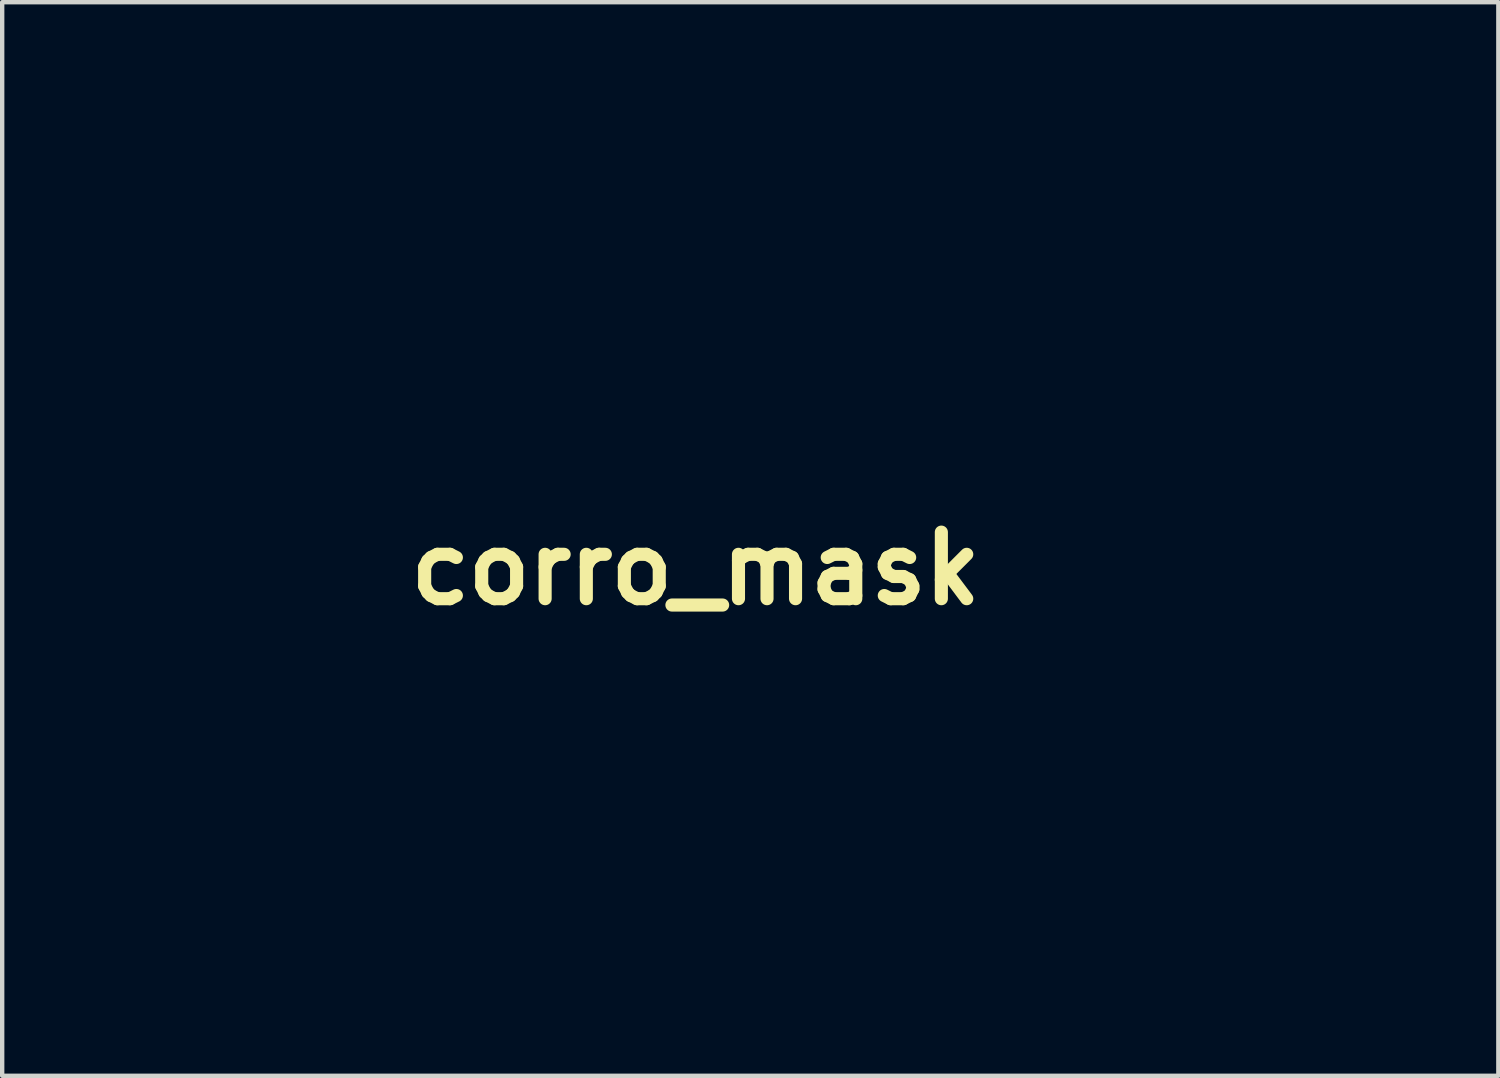
<source format=kicad_pcb>
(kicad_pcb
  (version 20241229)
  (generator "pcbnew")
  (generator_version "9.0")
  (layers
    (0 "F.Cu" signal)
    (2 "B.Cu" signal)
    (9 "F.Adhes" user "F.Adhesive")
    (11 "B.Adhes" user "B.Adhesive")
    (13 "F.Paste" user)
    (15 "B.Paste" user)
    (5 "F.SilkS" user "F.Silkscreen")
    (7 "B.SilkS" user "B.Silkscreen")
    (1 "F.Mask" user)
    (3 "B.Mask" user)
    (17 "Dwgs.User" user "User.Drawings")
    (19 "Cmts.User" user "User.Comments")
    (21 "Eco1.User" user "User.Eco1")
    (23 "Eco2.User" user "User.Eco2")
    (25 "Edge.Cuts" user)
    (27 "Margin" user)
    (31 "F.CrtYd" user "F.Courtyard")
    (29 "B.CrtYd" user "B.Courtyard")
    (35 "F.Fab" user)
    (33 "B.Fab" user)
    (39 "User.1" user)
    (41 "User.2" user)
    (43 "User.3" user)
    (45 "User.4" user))
  (footprint "corro_mask"
    (layer "F.Cu")
    (at 12.877 9.967)
    (property "Reference" "corro_mask" (at 0 0 0) (layer "F.SilkS") (effects (font (size 1.524 1.524) (thickness 0.3))))
    (attr board_only exclude_from_pos_files exclude_from_bom)
    (fp_poly (pts (xy 7.857 -5.465) (xy 7.819 -5.416) (xy 7.72 -5.311) (xy 7.675 -5.311) (xy 7.674 -5.323) (xy 7.721 -5.38) (xy 7.793 -5.442) (xy 7.874 -5.501)) (stroke (width 0) (type solid)) (fill yes) (layer "F.Mask"))
    (fp_poly (pts (xy 11.618 -4.573) (xy 11.641 -4.493) (xy 11.545 -4.395) (xy 11.536 -4.388) (xy 11.368 -4.293) (xy 11.271 -4.278) (xy 11.261 -4.336) (xy 11.356 -4.46) (xy 11.359 -4.463) (xy 11.501 -4.58) (xy 11.595 -4.59)) (stroke (width 0) (type solid)) (fill yes) (layer "F.Mask"))
    (fp_poly (pts (xy 0.994 2.893) (xy 1.243 2.997) (xy 1.446 3.191) (xy 1.58 3.478) (xy 1.601 3.568) (xy 1.61 3.94) (xy 1.518 4.332) (xy 1.343 4.694) (xy 1.141 4.94) (xy 0.936 5.069) (xy 0.697 5.135) (xy 0.486 5.12) (xy 0.475 5.116) (xy 0.228 4.953) (xy 0.029 4.692) (xy -0.109 4.37) (xy -0.169 4.019) (xy -0.138 3.678) (xy -0.097 3.578) (xy 0.696 3.578) (xy 0.721 3.803) (xy 0.739 3.846) (xy 0.813 3.959) (xy 0.929 3.998) (xy 1.07 3.994) (xy 1.241 3.967) (xy 1.319 3.9) (xy 1.347 3.778) (xy 1.345 3.49) (xy 1.267 3.304) (xy 1.118 3.226) (xy 0.918 3.259) (xy 0.766 3.382) (xy 0.696 3.578) (xy -0.097 3.578) (xy -0.004 3.352) (xy 0.2 3.109) (xy 0.449 2.95) (xy 0.721 2.877)) (stroke (width 0) (type solid)) (fill yes) (layer "F.Mask"))
    (fp_poly (pts (xy -2.412 2.778) (xy -2.234 2.871) (xy -2.033 3.077) (xy -1.884 3.371) (xy -1.802 3.708) (xy -1.804 4.044) (xy -1.908 4.406) (xy -2.088 4.693) (xy -2.325 4.892) (xy -2.601 4.989) (xy -2.895 4.972) (xy -3.055 4.909) (xy -3.308 4.708) (xy -3.486 4.418) (xy -3.583 4.068) (xy -3.592 3.688) (xy -3.564 3.567) (xy -3.03 3.567) (xy -3.024 3.595) (xy -2.918 3.753) (xy -2.741 3.866) (xy -2.535 3.923) (xy -2.339 3.916) (xy -2.195 3.835) (xy -2.171 3.799) (xy -2.12 3.591) (xy -2.163 3.386) (xy -2.277 3.215) (xy -2.44 3.11) (xy -2.628 3.105) (xy -2.656 3.114) (xy -2.864 3.236) (xy -2.997 3.398) (xy -3.03 3.567) (xy -3.564 3.567) (xy -3.505 3.307) (xy -3.464 3.206) (xy -3.278 2.942) (xy -3.02 2.777) (xy -2.722 2.72)) (stroke (width 0) (type solid)) (fill yes) (layer "F.Mask"))
    (fp_poly (pts (xy 4.299 -9.966) (xy 4.383 -9.875) (xy 4.405 -9.676) (xy 4.364 -9.366) (xy 4.26 -8.943) (xy 4.091 -8.403) (xy 4.07 -8.34) (xy 3.925 -7.899) (xy 3.823 -7.556) (xy 3.758 -7.281) (xy 3.723 -7.046) (xy 3.71 -6.825) (xy 3.708 -6.577) (xy 3.72 -6.435) (xy 3.755 -6.369) (xy 3.823 -6.351) (xy 3.867 -6.35) (xy 3.999 -6.385) (xy 4.074 -6.515) (xy 4.086 -6.554) (xy 4.148 -6.683) (xy 4.28 -6.888) (xy 4.463 -7.142) (xy 4.677 -7.416) (xy 4.694 -7.437) (xy 4.95 -7.768) (xy 5.187 -8.108) (xy 5.389 -8.431) (xy 5.541 -8.713) (xy 5.628 -8.927) (xy 5.642 -8.999) (xy 5.692 -9.083) (xy 5.808 -9.199) (xy 5.951 -9.313) (xy 6.081 -9.396) (xy 6.159 -9.415) (xy 6.162 -9.413) (xy 6.19 -9.3) (xy 6.163 -9.094) (xy 6.092 -8.824) (xy 5.986 -8.517) (xy 5.854 -8.202) (xy 5.706 -7.904) (xy 5.553 -7.653) (xy 5.551 -7.65) (xy 5.471 -7.501) (xy 5.478 -7.415) (xy 5.481 -7.413) (xy 5.593 -7.293) (xy 5.657 -7.102) (xy 5.677 -6.816) (xy 5.661 -6.489) (xy 5.646 -6.228) (xy 5.642 -6.028) (xy 5.65 -5.919) (xy 5.657 -5.909) (xy 5.737 -5.965) (xy 5.871 -6.119) (xy 6.044 -6.352) (xy 6.244 -6.642) (xy 6.458 -6.969) (xy 6.673 -7.313) (xy 6.877 -7.653) (xy 7.056 -7.969) (xy 7.198 -8.24) (xy 7.289 -8.446) (xy 7.315 -8.537) (xy 7.384 -8.746) (xy 7.502 -8.924) (xy 7.642 -9.039) (xy 7.773 -9.058) (xy 7.777 -9.057) (xy 7.836 -8.965) (xy 7.826 -8.77) (xy 7.748 -8.483) (xy 7.606 -8.116) (xy 7.404 -7.68) (xy 7.392 -7.657) (xy 7.26 -7.379) (xy 7.187 -7.18) (xy 7.161 -7.022) (xy 7.172 -6.866) (xy 7.172 -6.863) (xy 7.194 -6.626) (xy 7.17 -6.403) (xy 7.091 -6.166) (xy 6.947 -5.886) (xy 6.728 -5.533) (xy 6.689 -5.475) (xy 6.517 -5.207) (xy 6.376 -4.98) (xy 6.281 -4.816) (xy 6.248 -4.742) (xy 6.293 -4.721) (xy 6.412 -4.776) (xy 6.577 -4.889) (xy 6.764 -5.043) (xy 6.921 -5.193) (xy 7.073 -5.363) (xy 7.276 -5.606) (xy 7.499 -5.885) (xy 7.656 -6.089) (xy 7.888 -6.379) (xy 8.14 -6.67) (xy 8.394 -6.942) (xy 8.63 -7.176) (xy 8.83 -7.353) (xy 8.975 -7.454) (xy 9.025 -7.471) (xy 9.082 -7.413) (xy 9.101 -7.301) (xy 9.038 -7.121) (xy 8.851 -6.898) (xy 8.812 -6.861) (xy 8.637 -6.696) (xy 8.495 -6.558) (xy 8.363 -6.423) (xy 8.219 -6.265) (xy 8.04 -6.061) (xy 7.803 -5.786) (xy 7.705 -5.671) (xy 7.459 -5.378) (xy 7.301 -5.172) (xy 7.222 -5.043) (xy 7.216 -4.979) (xy 7.235 -4.969) (xy 7.358 -4.995) (xy 7.509 -5.09) (xy 7.526 -5.104) (xy 7.561 -5.128) (xy 7.515 -5.065) (xy 7.396 -4.929) (xy 7.28 -4.8) (xy 7.014 -4.498) (xy 6.795 -4.226) (xy 6.636 -4.001) (xy 6.547 -3.84) (xy 6.541 -3.76) (xy 6.622 -3.768) (xy 6.769 -3.865) (xy 6.963 -4.034) (xy 7.188 -4.256) (xy 7.424 -4.513) (xy 7.654 -4.788) (xy 7.86 -5.063) (xy 7.863 -5.068) (xy 7.994 -5.214) (xy 8.125 -5.254) (xy 8.168 -5.249) (xy 8.31 -5.277) (xy 8.516 -5.385) (xy 8.759 -5.552) (xy 9.012 -5.758) (xy 9.248 -5.981) (xy 9.439 -6.202) (xy 9.486 -6.267) (xy 9.607 -6.496) (xy 9.703 -6.766) (xy 9.764 -7.035) (xy 9.781 -7.262) (xy 9.749 -7.398) (xy 9.735 -7.464) (xy 9.825 -7.447) (xy 9.914 -7.403) (xy 10.019 -7.291) (xy 10.085 -7.132) (xy 10.135 -6.989) (xy 10.216 -6.94) (xy 10.35 -6.983) (xy 10.558 -7.12) (xy 10.584 -7.139) (xy 10.751 -7.252) (xy 10.87 -7.315) (xy 10.905 -7.319) (xy 10.914 -7.222) (xy 10.814 -7.075) (xy 10.614 -6.892) (xy 10.519 -6.82) (xy 10.235 -6.589) (xy 10.057 -6.396) (xy 9.99 -6.248) (xy 10.035 -6.151) (xy 10.196 -6.113) (xy 10.221 -6.112) (xy 10.399 -6.086) (xy 10.456 -6.015) (xy 10.393 -5.912) (xy 10.213 -5.788) (xy 10.17 -5.766) (xy 9.863 -5.589) (xy 9.689 -5.434) (xy 9.644 -5.321) (xy 9.693 -5.236) (xy 9.829 -5.233) (xy 10.034 -5.305) (xy 10.29 -5.448) (xy 10.451 -5.558) (xy 10.725 -5.754) (xy 10.917 -5.874) (xy 11.052 -5.928) (xy 11.152 -5.925) (xy 11.242 -5.874) (xy 11.25 -5.868) (xy 11.305 -5.823) (xy 11.331 -5.785) (xy 11.312 -5.74) (xy 11.235 -5.678) (xy 11.083 -5.585) (xy 10.843 -5.451) (xy 10.499 -5.263) (xy 10.493 -5.259) (xy 9.965 -4.949) (xy 9.552 -4.653) (xy 9.237 -4.358) (xy 9.003 -4.05) (xy 8.962 -3.982) (xy 8.855 -3.787) (xy 8.782 -3.64) (xy 8.762 -3.582) (xy 8.812 -3.528) (xy 8.95 -3.541) (xy 9.149 -3.614) (xy 9.383 -3.739) (xy 9.482 -3.803) (xy 9.685 -3.937) (xy 9.843 -4.034) (xy 9.924 -4.074) (xy 9.926 -4.075) (xy 9.929 -4.019) (xy 9.89 -3.88) (xy 9.825 -3.695) (xy 9.748 -3.504) (xy 9.673 -3.347) (xy 9.628 -3.275) (xy 9.585 -3.181) (xy 9.595 -3.151) (xy 9.657 -3.178) (xy 9.795 -3.282) (xy 9.986 -3.444) (xy 10.152 -3.594) (xy 10.372 -3.793) (xy 10.558 -3.952) (xy 10.686 -4.051) (xy 10.729 -4.075) (xy 10.838 -4.094) (xy 10.912 -4.116) (xy 10.921 -4.103) (xy 10.833 -4.031) (xy 10.666 -3.916) (xy 10.615 -3.882) (xy 10.392 -3.715) (xy 10.184 -3.522) (xy 10.013 -3.329) (xy 9.899 -3.159) (xy 9.862 -3.037) (xy 9.877 -3.004) (xy 9.967 -3.003) (xy 10.173 -3.057) (xy 10.489 -3.163) (xy 10.908 -3.32) (xy 11.325 -3.486) (xy 11.749 -3.657) (xy 11.749 -3.43) (xy 11.693 -3.185) (xy 11.519 -2.94) (xy 11.222 -2.687) (xy 10.997 -2.538) (xy 10.797 -2.407) (xy 10.653 -2.297) (xy 10.595 -2.231) (xy 10.595 -2.23) (xy 10.651 -2.165) (xy 10.781 -2.098) (xy 11.036 -2.067) (xy 11.311 -2.137) (xy 11.557 -2.293) (xy 11.629 -2.367) (xy 11.762 -2.491) (xy 11.932 -2.561) (xy 12.16 -2.597) (xy 12.415 -2.641) (xy 12.729 -2.718) (xy 13.033 -2.811) (xy 13.034 -2.812) (xy 13.334 -2.914) (xy 13.522 -2.968) (xy 13.612 -2.977) (xy 13.618 -2.94) (xy 13.557 -2.861) (xy 13.445 -2.78) (xy 13.242 -2.669) (xy 12.98 -2.545) (xy 12.825 -2.478) (xy 12.359 -2.259) (xy 12.012 -2.039) (xy 11.79 -1.823) (xy 11.707 -1.656) (xy 11.649 -1.532) (xy 11.589 -1.493) (xy 11.495 -1.457) (xy 11.327 -1.366) (xy 11.138 -1.25) (xy 10.95 -1.125) (xy 10.87 -1.058) (xy 10.888 -1.039) (xy 10.968 -1.051) (xy 11.128 -1.096) (xy 11.367 -1.175) (xy 11.642 -1.274) (xy 11.706 -1.298) (xy 11.953 -1.387) (xy 12.148 -1.447) (xy 12.26 -1.47) (xy 12.274 -1.467) (xy 12.23 -1.427) (xy 12.083 -1.343) (xy 11.857 -1.225) (xy 11.573 -1.086) (xy 11.519 -1.061) (xy 11.136 -0.871) (xy 10.879 -0.723) (xy 10.748 -0.618) (xy 10.73 -0.58) (xy 10.78 -0.463) (xy 10.915 -0.434) (xy 10.928 -0.438) (xy 12.464 -0.438) (xy 12.534 -0.401) (xy 12.734 -0.359) (xy 13.002 -0.346) (xy 13.272 -0.363) (xy 13.48 -0.407) (xy 13.481 -0.407) (xy 13.595 -0.476) (xy 13.617 -0.543) (xy 13.524 -0.586) (xy 13.338 -0.607) (xy 13.104 -0.606) (xy 12.862 -0.584) (xy 12.656 -0.541) (xy 12.629 -0.532) (xy 12.488 -0.476) (xy 12.464 -0.438) (xy 10.928 -0.438) (xy 11.114 -0.497) (xy 11.128 -0.504) (xy 11.347 -0.58) (xy 11.578 -0.611) (xy 11.808 -0.64) (xy 12.049 -0.711) (xy 12.074 -0.722) (xy 12.305 -0.793) (xy 12.538 -0.821) (xy 12.564 -0.821) (xy 12.789 -0.836) (xy 13.035 -0.891) (xy 13.072 -0.903) (xy 13.368 -0.963) (xy 13.615 -0.935) (xy 13.843 -0.906) (xy 14.124 -0.904) (xy 14.279 -0.915) (xy 14.488 -0.932) (xy 14.63 -0.933) (xy 14.67 -0.921) (xy 14.613 -0.877) (xy 14.461 -0.793) (xy 14.244 -0.683) (xy 14.166 -0.646) (xy 13.879 -0.497) (xy 13.696 -0.369) (xy 13.591 -0.242) (xy 13.572 -0.203) (xy 13.471 -0.056) (xy 13.359 0) (xy 13.214 0.03) (xy 13.038 0.103) (xy 12.828 0.169) (xy 12.551 0.17) (xy 12.478 0.163) (xy 12.217 0.153) (xy 11.929 0.175) (xy 11.64 0.221) (xy 11.375 0.286) (xy 11.158 0.363) (xy 11.015 0.445) (xy 10.972 0.525) (xy 10.991 0.559) (xy 11.079 0.586) (xy 11.265 0.576) (xy 11.562 0.528) (xy 11.752 0.491) (xy 12.115 0.424) (xy 12.372 0.394) (xy 12.551 0.398) (xy 12.633 0.418) (xy 12.808 0.514) (xy 12.858 0.626) (xy 12.792 0.741) (xy 12.618 0.843) (xy 12.344 0.919) (xy 12.343 0.919) (xy 12.175 0.968) (xy 12.094 1.025) (xy 12.114 1.071) (xy 12.225 1.087) (xy 12.335 1.112) (xy 12.36 1.147) (xy 12.301 1.172) (xy 12.147 1.158) (xy 12.072 1.143) (xy 11.85 1.111) (xy 11.583 1.112) (xy 11.25 1.145) (xy 10.829 1.215) (xy 10.326 1.317) (xy 9.999 1.392) (xy 9.801 1.45) (xy 9.725 1.494) (xy 9.747 1.519) (xy 9.842 1.539) (xy 9.997 1.544) (xy 10.224 1.532) (xy 10.538 1.503) (xy 10.952 1.455) (xy 11.48 1.387) (xy 11.761 1.35) (xy 12.137 1.305) (xy 12.498 1.271) (xy 12.826 1.25) (xy 13.104 1.241) (xy 13.314 1.244) (xy 13.437 1.261) (xy 13.456 1.291) (xy 13.396 1.32) (xy 13.267 1.397) (xy 13.26 1.481) (xy 13.345 1.537) (xy 13.436 1.628) (xy 13.447 1.68) (xy 13.467 1.735) (xy 13.545 1.756) (xy 13.71 1.748) (xy 13.872 1.728) (xy 14.229 1.689) (xy 14.479 1.68) (xy 14.648 1.702) (xy 14.761 1.757) (xy 14.77 1.765) (xy 14.832 1.87) (xy 14.774 1.964) (xy 14.612 2.03) (xy 14.478 2.051) (xy 14.301 2.084) (xy 14.222 2.16) (xy 14.207 2.217) (xy 14.193 2.273) (xy 14.155 2.314) (xy 14.072 2.342) (xy 13.923 2.361) (xy 13.688 2.374) (xy 13.346 2.385) (xy 13.189 2.39) (xy 12.761 2.405) (xy 12.445 2.426) (xy 12.219 2.455) (xy 12.06 2.495) (xy 11.97 2.534) (xy 11.802 2.642) (xy 11.764 2.727) (xy 11.854 2.806) (xy 11.953 2.852) (xy 12.094 2.89) (xy 12.3 2.906) (xy 12.595 2.9) (xy 12.954 2.878) (xy 13.447 2.848) (xy 13.818 2.839) (xy 14.076 2.852) (xy 14.235 2.887) (xy 14.286 2.919) (xy 14.291 2.989) (xy 14.179 3.059) (xy 13.967 3.123) (xy 13.675 3.174) (xy 13.496 3.194) (xy 13.197 3.228) (xy 12.997 3.277) (xy 12.857 3.35) (xy 12.8 3.398) (xy 12.682 3.484) (xy 12.528 3.541) (xy 12.301 3.577) (xy 12.093 3.595) (xy 11.836 3.619) (xy 11.633 3.646) (xy 11.522 3.672) (xy 11.513 3.677) (xy 11.52 3.748) (xy 11.626 3.842) (xy 11.799 3.941) (xy 12.009 4.027) (xy 12.163 4.07) (xy 12.394 4.104) (xy 12.703 4.13) (xy 13.031 4.142) (xy 13.109 4.143) (xy 13.715 4.143) (xy 13.772 4.364) (xy 13.83 4.584) (xy 13.081 4.636) (xy 12.773 4.662) (xy 12.516 4.692) (xy 12.339 4.722) (xy 12.276 4.744) (xy 12.293 4.799) (xy 12.435 4.866) (xy 12.691 4.943) (xy 13.048 5.026) (xy 13.498 5.113) (xy 14.024 5.2) (xy 14.4 5.259) (xy 14.734 5.313) (xy 15 5.359) (xy 15.173 5.391) (xy 15.222 5.403) (xy 15.327 5.486) (xy 15.375 5.617) (xy 15.35 5.733) (xy 15.325 5.756) (xy 15.231 5.773) (xy 15.029 5.785) (xy 14.748 5.789) (xy 14.416 5.786) (xy 14.364 5.785) (xy 13.908 5.781) (xy 13.569 5.794) (xy 13.327 5.827) (xy 13.218 5.857) (xy 12.977 5.913) (xy 12.711 5.904) (xy 12.599 5.886) (xy 12.299 5.852) (xy 12.068 5.868) (xy 11.928 5.93) (xy 11.897 6.023) (xy 11.979 6.169) (xy 12.169 6.295) (xy 12.474 6.405) (xy 12.905 6.503) (xy 12.974 6.516) (xy 13.36 6.588) (xy 13.629 6.646) (xy 13.801 6.695) (xy 13.893 6.741) (xy 13.922 6.789) (xy 13.922 6.795) (xy 13.894 6.861) (xy 13.799 6.91) (xy 13.619 6.944) (xy 13.337 6.966) (xy 12.938 6.98) (xy 12.423 6.99) (xy 12.012 6.994) (xy 11.672 6.987) (xy 11.372 6.968) (xy 11.078 6.935) (xy 10.759 6.884) (xy 10.383 6.814) (xy 10.109 6.759) (xy 9.554 6.653) (xy 9.105 6.578) (xy 8.768 6.533) (xy 8.546 6.52) (xy 8.447 6.54) (xy 8.459 6.579) (xy 8.602 6.657) (xy 8.873 6.747) (xy 9.261 6.845) (xy 9.76 6.951) (xy 10.181 7.03) (xy 10.659 7.123) (xy 11.091 7.22) (xy 11.456 7.316) (xy 11.735 7.406) (xy 11.908 7.483) (xy 11.945 7.512) (xy 11.915 7.537) (xy 11.773 7.542) (xy 11.541 7.528) (xy 11.241 7.499) (xy 10.896 7.456) (xy 10.526 7.402) (xy 10.154 7.339) (xy 9.916 7.294) (xy 9.456 7.213) (xy 8.993 7.152) (xy 8.551 7.113) (xy 8.152 7.097) (xy 7.82 7.104) (xy 7.577 7.135) (xy 7.455 7.184) (xy 7.361 7.232) (xy 7.234 7.218) (xy 7.077 7.163) (xy 6.845 7.097) (xy 6.618 7.073) (xy 6.577 7.075) (xy 6.435 7.097) (xy 6.373 7.152) (xy 6.365 7.282) (xy 6.371 7.383) (xy 6.392 7.669) (xy 6.1 7.654) (xy 5.917 7.639) (xy 5.831 7.595) (xy 5.804 7.493) (xy 5.802 7.42) (xy 5.787 7.231) (xy 5.748 7.144) (xy 5.672 7.164) (xy 5.549 7.294) (xy 5.368 7.537) (xy 5.361 7.547) (xy 5.254 7.697) (xy 4.764 7.38) (xy 4.535 7.236) (xy 4.347 7.126) (xy 4.23 7.068) (xy 4.211 7.063) (xy 4.157 7.122) (xy 4.095 7.272) (xy 4.071 7.352) (xy 4.008 7.549) (xy 3.944 7.696) (xy 3.925 7.724) (xy 3.817 7.77) (xy 3.684 7.706) (xy 3.55 7.546) (xy 3.48 7.416) (xy 3.405 7.253) (xy 3.358 7.153) (xy 3.352 7.142) (xy 3.302 7.168) (xy 3.198 7.261) (xy 3.198 7.261) (xy 3.009 7.383) (xy 2.825 7.383) (xy 2.723 7.318) (xy 2.668 7.283) (xy 2.661 7.346) (xy 2.681 7.454) (xy 2.702 7.605) (xy 2.665 7.665) (xy 2.587 7.674) (xy 2.437 7.657) (xy 2.225 7.614) (xy 2.14 7.592) (xy 1.946 7.527) (xy 1.854 7.453) (xy 1.834 7.359) (xy 1.802 7.235) (xy 1.729 7.107) (xy 1.645 7.021) (xy 1.588 7.015) (xy 1.59 7.09) (xy 1.63 7.238) (xy 1.638 7.26) (xy 1.681 7.49) (xy 1.677 7.71) (xy 1.667 7.878) (xy 1.717 7.958) (xy 1.754 7.973) (xy 1.868 7.99) (xy 2.106 8.012) (xy 2.454 8.039) (xy 2.9 8.069) (xy 3.431 8.101) (xy 4.034 8.136) (xy 4.698 8.171) (xy 5.408 8.207) (xy 5.671 8.22) (xy 6.38 8.261) (xy 6.961 8.311) (xy 7.421 8.371) (xy 7.769 8.442) (xy 8.012 8.525) (xy 8.071 8.555) (xy 8.037 8.573) (xy 7.873 8.587) (xy 7.589 8.598) (xy 7.19 8.605) (xy 6.683 8.61) (xy 6.077 8.612) (xy 5.377 8.61) (xy 4.592 8.605) (xy 3.728 8.597) (xy 2.793 8.587) (xy 1.793 8.573) (xy 0.736 8.555) (xy 0.543 8.552) (xy -0.144 8.539) (xy -0.852 8.523) (xy -1.555 8.505) (xy -2.228 8.486) (xy -2.844 8.467) (xy -3.379 8.448) (xy -3.806 8.429) (xy -3.85 8.427) (xy -4.299 8.406) (xy -4.711 8.387) (xy -5.064 8.371) (xy -5.335 8.36) (xy -5.502 8.354) (xy -5.535 8.353) (xy -5.657 8.331) (xy -5.659 8.32) (xy 3.192 8.32) (xy 3.226 8.353) (xy 3.26 8.32) (xy 3.226 8.286) (xy 3.192 8.32) (xy -5.659 8.32) (xy -5.668 8.28) (xy -5.565 8.24) (xy -5.344 8.248) (xy -5.273 8.257) (xy -5.145 8.267) (xy -4.905 8.275) (xy -4.569 8.283) (xy -4.149 8.29) (xy -3.658 8.296) (xy -3.112 8.302) (xy -2.522 8.306) (xy -1.903 8.309) (xy -1.269 8.312) (xy -0.632 8.313) (xy -0.008 8.313) (xy 0.592 8.313) (xy 1.153 8.311) (xy 1.661 8.308) (xy 2.104 8.304) (xy 2.467 8.298) (xy 2.736 8.292) (xy 2.899 8.284) (xy 2.941 8.275) (xy 2.937 8.274) (xy 2.707 8.234) (xy 2.36 8.196) (xy 1.916 8.162) (xy 1.392 8.131) (xy 0.809 8.106) (xy 0.185 8.087) (xy -0.461 8.075) (xy -0.93 8.071) (xy -1.487 8.068) (xy -1.923 8.064) (xy -2.251 8.055) (xy -2.486 8.037) (xy -2.641 8.009) (xy -2.731 7.967) (xy -2.77 7.909) (xy -2.771 7.861) (xy -1.885 7.861) (xy -1.857 7.915) (xy -1.72 7.941) (xy -1.562 7.946) (xy -1.344 7.935) (xy -1.246 7.9) (xy -1.242 7.878) (xy -1.084 7.878) (xy 0 7.878) (xy 0 7.844) (xy 0.679 7.844) (xy 0.71 7.903) (xy 0.821 7.935) (xy 1.038 7.946) (xy 1.087 7.946) (xy 1.302 7.942) (xy 1.449 7.931) (xy 1.494 7.919) (xy 1.454 7.856) (xy 1.352 7.731) (xy 1.309 7.681) (xy 1.13 7.523) (xy 0.98 7.478) (xy 0.874 7.549) (xy 0.849 7.606) (xy 0.788 7.716) (xy 0.742 7.742) (xy 0.686 7.797) (xy 0.679 7.844) (xy 0 7.844) (xy 0 7.688) (xy -0.036 7.505) (xy -0.124 7.372) (xy -0.21 7.335) (xy -0.259 7.392) (xy -0.3 7.505) (xy -0.375 7.637) (xy -0.48 7.668) (xy -0.572 7.59) (xy -0.592 7.535) (xy -0.662 7.428) (xy -0.77 7.437) (xy -0.895 7.556) (xy -0.961 7.657) (xy -1.084 7.878) (xy -1.242 7.878) (xy -1.239 7.861) (xy -1.323 7.805) (xy -1.505 7.777) (xy -1.562 7.776) (xy -1.763 7.795) (xy -1.875 7.845) (xy -1.885 7.861) (xy -2.771 7.861) (xy -2.771 7.832) (xy -2.75 7.732) (xy -2.743 7.703) (xy -2.723 7.59) (xy -2.755 7.548) (xy -2.864 7.573) (xy -3.032 7.64) (xy -3.246 7.704) (xy -3.362 7.675) (xy -3.38 7.555) (xy -3.374 7.531) (xy -3.378 7.434) (xy -3.481 7.403) (xy -3.508 7.403) (xy -3.677 7.386) (xy -3.902 7.344) (xy -3.986 7.324) (xy -4.222 7.282) (xy -4.376 7.3) (xy -4.417 7.321) (xy -4.561 7.361) (xy -4.746 7.317) (xy -4.891 7.278) (xy -5.029 7.292) (xy -5.216 7.367) (xy -5.279 7.397) (xy -5.601 7.553) (xy -5.818 7.65) (xy -5.947 7.694) (xy -6.004 7.691) (xy -6.003 7.645) (xy -6.002 7.643) (xy -5.91 7.54) (xy -5.834 7.503) (xy -5.74 7.434) (xy -5.704 7.34) (xy -5.738 7.274) (xy -5.773 7.267) (xy -5.832 7.211) (xy -5.841 7.158) (xy -5.897 7.085) (xy -6.062 7.081) (xy -6.327 7.145) (xy -6.642 7.26) (xy -7.002 7.405) (xy -6.957 7.166) (xy -6.937 7.006) (xy -6.969 6.939) (xy -7.045 6.927) (xy -7.191 6.975) (xy -7.297 7.059) (xy -7.458 7.185) (xy -7.649 7.267) (xy -7.818 7.287) (xy -7.876 7.268) (xy -7.886 7.214) (xy -7.76 7.149) (xy -7.713 7.133) (xy -7.54 7.051) (xy -7.499 6.973) (xy -7.587 6.91) (xy -7.798 6.872) (xy -7.798 6.872) (xy -7.973 6.847) (xy -8.073 6.809) (xy -8.082 6.794) (xy -8.029 6.728) (xy -7.894 6.621) (xy -7.776 6.543) (xy -7.605 6.426) (xy -7.494 6.334) (xy -7.471 6.3) (xy -7.533 6.236) (xy -7.708 6.203) (xy -7.973 6.202) (xy -8.307 6.235) (xy -8.379 6.245) (xy -8.686 6.283) (xy -8.984 6.305) (xy -9.215 6.307) (xy -9.236 6.306) (xy -9.424 6.285) (xy -9.509 6.244) (xy -9.527 6.158) (xy -9.522 6.095) (xy -9.503 5.909) (xy -10.236 5.893) (xy -10.578 5.888) (xy -10.906 5.886) (xy -11.174 5.888) (xy -11.291 5.891) (xy -11.486 5.893) (xy -11.581 5.867) (xy -11.611 5.797) (xy -11.613 5.739) (xy -11.608 5.662) (xy -11.573 5.612) (xy -11.484 5.583) (xy -11.314 5.567) (xy -11.039 5.556) (xy -10.985 5.555) (xy -10.686 5.542) (xy -10.495 5.524) (xy -10.383 5.492) (xy -10.321 5.441) (xy -10.293 5.39) (xy -10.248 5.306) (xy -10.183 5.277) (xy -10.058 5.297) (xy -9.898 5.343) (xy -9.625 5.402) (xy -9.382 5.418) (xy -9.202 5.39) (xy -9.12 5.323) (xy -9.174 5.277) (xy -9.344 5.197) (xy -9.616 5.088) (xy -9.977 4.957) (xy -10.371 4.822) (xy -10.781 4.683) (xy -11.162 4.55) (xy -11.488 4.432) (xy -11.736 4.337) (xy -11.88 4.275) (xy -11.885 4.273) (xy -12.123 4.149) (xy -10.798 4.145) (xy -10.383 4.141) (xy -10.012 4.131) (xy -9.707 4.118) (xy -9.49 4.102) (xy -9.384 4.083) (xy -9.381 4.082) (xy -9.384 4.031) (xy -9.486 3.961) (xy -9.658 3.883) (xy -9.691 3.872) (xy -5.551 3.872) (xy -5.509 3.945) (xy -5.337 4.035) (xy -5.258 4.064) (xy -4.985 4.159) (xy -4.819 4.225) (xy -4.739 4.279) (xy -4.723 4.337) (xy -4.751 4.414) (xy -4.764 4.443) (xy -4.877 4.587) (xy -5.05 4.711) (xy -5.069 4.72) (xy -5.218 4.803) (xy -5.294 4.871) (xy -5.297 4.88) (xy -5.244 4.969) (xy -5.116 5.071) (xy -4.962 5.157) (xy -4.832 5.197) (xy -4.787 5.188) (xy -4.541 5.012) (xy -4.388 4.921) (xy -4.314 4.915) (xy -4.306 4.992) (xy -4.353 5.152) (xy -4.395 5.336) (xy -4.357 5.454) (xy -4.352 5.461) (xy -4.326 5.542) (xy -4.371 5.662) (xy -4.5 5.849) (xy -4.514 5.867) (xy -4.753 6.18) (xy -4.53 6.18) (xy -4.268 6.113) (xy -4.072 5.979) (xy -3.869 5.835) (xy -3.705 5.775) (xy -3.602 5.802) (xy -3.578 5.916) (xy -3.581 5.931) (xy -3.574 6.094) (xy -3.519 6.301) (xy -3.498 6.355) (xy -3.385 6.622) (xy -3.247 6.35) (xy -3.126 6.142) (xy -2.999 5.961) (xy -2.969 5.926) (xy -2.785 5.793) (xy -2.611 5.774) (xy -2.476 5.855) (xy -2.41 6.023) (xy -2.419 6.17) (xy -2.425 6.333) (xy -2.371 6.384) (xy -2.283 6.315) (xy -2.241 6.248) (xy -2.144 6.14) (xy -1.999 6.123) (xy -1.782 6.196) (xy -1.73 6.219) (xy -1.574 6.284) (xy -1.477 6.28) (xy -1.378 6.2) (xy -1.364 6.185) (xy -1.214 6.067) (xy -1.106 6.069) (xy -1.015 6.195) (xy -1.005 6.217) (xy -0.906 6.348) (xy -0.798 6.351) (xy -0.703 6.233) (xy -0.66 6.112) (xy -0.582 5.88) (xy -0.5 5.758) (xy -0.421 5.758) (xy -0.398 5.786) (xy -0.35 5.926) (xy -0.341 6.019) (xy -0.3 6.133) (xy -0.161 6.198) (xy -0.121 6.207) (xy 0.081 6.286) (xy 0.271 6.418) (xy 0.279 6.425) (xy 0.416 6.537) (xy 0.521 6.556) (xy 0.604 6.523) (xy 0.718 6.396) (xy 0.741 6.224) (xy 0.668 6.066) (xy 0.645 6.044) (xy 0.617 6.008) (xy 10.387 6.008) (xy 10.476 6.067) (xy 10.583 6.099) (xy 10.711 6.102) (xy 10.91 6.075) (xy 10.951 6.069) (xy 11.139 6.024) (xy 11.199 5.978) (xy 11.138 5.938) (xy 10.963 5.913) (xy 10.798 5.909) (xy 10.56 5.922) (xy 10.419 5.957) (xy 10.387 6.008) (xy 0.617 6.008) (xy 0.558 5.933) (xy 0.546 5.836) (xy 0.607 5.794) (xy 0.662 5.807) (xy 0.883 5.884) (xy 0.997 5.889) (xy 1.019 5.851) (xy 1.072 5.765) (xy 1.16 5.702) (xy 1.292 5.665) (xy 1.453 5.702) (xy 1.546 5.743) (xy 1.704 5.796) (xy 1.936 5.849) (xy 2.207 5.898) (xy 2.482 5.936) (xy 2.726 5.96) (xy 2.902 5.963) (xy 2.973 5.946) (xy 2.959 5.877) (xy 2.872 5.76) (xy 2.864 5.751) (xy 2.759 5.608) (xy 2.717 5.487) (xy 2.652 5.395) (xy 2.481 5.336) (xy 2.27 5.27) (xy 2.186 5.177) (xy 2.205 5.097) (xy 2.292 5.076) (xy 2.468 5.113) (xy 2.523 5.131) (xy 2.838 5.213) (xy 3.087 5.218) (xy 3.246 5.148) (xy 3.324 5.023) (xy 3.271 4.933) (xy 3.086 4.876) (xy 3.048 4.87) (xy 2.851 4.83) (xy 11.177 4.83) (xy 11.236 4.873) (xy 11.358 4.887) (xy 11.57 4.872) (xy 11.779 4.846) (xy 11.969 4.808) (xy 12.028 4.766) (xy 12.009 4.745) (xy 11.878 4.703) (xy 11.693 4.688) (xy 11.493 4.697) (xy 11.315 4.727) (xy 11.197 4.773) (xy 11.177 4.83) (xy 2.851 4.83) (xy 2.849 4.829) (xy 2.718 4.777) (xy 2.672 4.727) (xy 2.73 4.693) (xy 2.822 4.686) (xy 2.972 4.663) (xy 2.995 4.627) (xy 3.335 4.627) (xy 3.396 4.688) (xy 3.551 4.749) (xy 3.648 4.716) (xy 3.667 4.65) (xy 3.614 4.539) (xy 3.495 4.496) (xy 3.375 4.544) (xy 3.335 4.627) (xy 2.995 4.627) (xy 3.031 4.573) (xy 3.037 4.533) (xy 3.065 4.258) (xy 3.071 4.091) (xy 3.044 4.002) (xy 2.969 3.963) (xy 2.833 3.945) (xy 2.751 3.937) (xy 2.411 3.902) (xy 2.884 3.666) (xy 3.111 3.544) (xy 3.285 3.436) (xy 3.375 3.361) (xy 3.38 3.351) (xy 3.343 3.274) (xy 3.214 3.209) (xy 3.038 3.169) (xy 2.859 3.165) (xy 2.767 3.186) (xy 2.622 3.26) (xy 2.549 3.324) (xy 2.458 3.389) (xy 2.356 3.38) (xy 2.309 3.306) (xy 2.355 3.201) (xy 2.467 3.068) (xy 2.477 3.058) (xy 3.599 3.058) (xy 3.656 3.093) (xy 3.799 3.092) (xy 3.983 3.058) (xy 4.165 3) (xy 4.245 2.962) (xy 4.326 2.909) (xy 4.297 2.882) (xy 4.173 2.866) (xy 3.972 2.872) (xy 3.78 2.919) (xy 3.641 2.99) (xy 3.599 3.058) (xy 2.477 3.058) (xy 2.479 3.056) (xy 2.618 2.883) (xy 2.628 2.749) (xy 2.507 2.655) (xy 2.257 2.599) (xy 1.921 2.581) (xy 1.735 2.541) (xy 1.617 2.443) (xy 1.586 2.318) (xy 1.664 2.199) (xy 1.668 2.196) (xy 1.789 2.123) (xy 1.847 2.105) (xy 1.895 2.05) (xy 1.902 2.003) (xy 1.849 1.935) (xy 10.968 1.935) (xy 11.03 2.007) (xy 11.196 2.058) (xy 11.435 2.085) (xy 11.717 2.086) (xy 12.01 2.058) (xy 12.151 2.032) (xy 12.406 1.954) (xy 12.628 1.843) (xy 12.783 1.721) (xy 12.836 1.615) (xy 12.774 1.579) (xy 12.609 1.564) (xy 12.372 1.567) (xy 12.094 1.585) (xy 11.806 1.616) (xy 11.538 1.658) (xy 11.321 1.708) (xy 11.216 1.746) (xy 11.06 1.838) (xy 10.974 1.917) (xy 10.968 1.935) (xy 1.849 1.935) (xy 1.841 1.925) (xy 1.666 1.904) (xy 1.384 1.94) (xy 1.129 1.998) (xy 0.873 2.048) (xy 0.658 2.059) (xy 0.516 2.033) (xy 0.475 1.985) (xy 0.519 1.922) (xy 0.635 1.787) (xy 0.801 1.607) (xy 0.857 1.548) (xy 0.902 1.499) (xy 1.562 1.499) (xy 1.611 1.559) (xy 1.732 1.553) (xy 1.883 1.49) (xy 2.007 1.395) (xy 2.121 1.248) (xy 2.172 1.114) (xy 2.151 1.031) (xy 2.111 1.019) (xy 2.029 1.066) (xy 2.026 1.072) (xy 1.96 1.142) (xy 1.825 1.25) (xy 1.783 1.28) (xy 1.642 1.394) (xy 1.566 1.483) (xy 1.562 1.499) (xy 0.902 1.499) (xy 1.028 1.359) (xy 1.149 1.208) (xy 1.201 1.119) (xy 1.199 1.109) (xy 1.133 1.131) (xy 0.998 1.226) (xy 0.821 1.374) (xy 0.81 1.384) (xy 0.572 1.585) (xy 0.417 1.684) (xy 0.341 1.681) (xy 0.339 1.576) (xy 0.379 1.443) (xy 0.455 1.207) (xy 0.471 1.082) (xy 0.423 1.054) (xy 0.31 1.111) (xy 0.307 1.114) (xy 0.147 1.184) (xy -0.088 1.247) (xy -0.268 1.28) (xy -0.531 1.302) (xy -0.678 1.272) (xy -0.72 1.177) (xy -0.671 1.004) (xy -0.633 0.92) (xy -0.272 0.92) (xy -0.228 0.96) (xy -0.131 0.933) (xy -0.032 0.859) (xy 0.001 0.814) (xy 0.04 0.665) (xy 0.013 0.597) (xy 6.992 0.597) (xy 7.042 0.68) (xy 7.08 0.697) (xy 7.227 0.702) (xy 7.323 0.624) (xy 7.335 0.57) (xy 7.276 0.496) (xy 7.165 0.475) (xy 7.039 0.514) (xy 6.992 0.597) (xy 0.013 0.597) (xy -0.001 0.563) (xy -0.061 0.543) (xy -0.118 0.597) (xy -0.193 0.718) (xy -0.255 0.85) (xy -0.272 0.92) (xy -0.633 0.92) (xy -0.631 0.916) (xy -0.568 0.757) (xy -0.552 0.654) (xy -0.557 0.643) (xy -0.631 0.654) (xy -0.772 0.728) (xy -0.85 0.778) (xy -1.032 0.884) (xy -1.184 0.945) (xy -1.224 0.951) (xy -1.333 1.01) (xy -1.428 1.159) (xy -1.429 1.16) (xy -1.55 1.388) (xy -1.676 1.524) (xy -1.79 1.563) (xy -1.871 1.498) (xy -1.902 1.324) (xy -1.92 1.156) (xy -1.984 1.089) (xy -2.02 1.085) (xy -2.103 1.077) (xy -2.067 1.041) (xy -2.02 1.013) (xy -1.921 0.895) (xy -1.902 0.812) (xy -1.944 0.709) (xy -2.078 0.682) (xy -2.292 0.722) (xy -2.398 0.779) (xy -2.44 0.901) (xy -2.445 1.012) (xy -2.479 1.24) (xy -2.568 1.431) (xy -2.689 1.546) (xy -2.754 1.562) (xy -2.817 1.521) (xy -2.847 1.383) (xy -2.852 1.226) (xy -2.873 0.977) (xy -2.935 0.852) (xy -3.034 0.854) (xy -3.145 0.957) (xy -3.253 1.058) (xy -3.309 1.036) (xy -3.394 0.958) (xy -3.435 0.951) (xy -3.501 0.999) (xy -3.529 1.156) (xy -3.532 1.249) (xy -3.521 1.441) (xy -3.477 1.539) (xy -3.378 1.586) (xy -3.369 1.588) (xy -3.225 1.654) (xy -3.163 1.74) (xy -3.192 1.811) (xy -3.292 1.834) (xy -3.482 1.859) (xy -3.637 1.903) (xy -3.766 1.98) (xy -3.787 2.09) (xy -3.781 2.115) (xy -3.769 2.189) (xy -3.799 2.228) (xy -3.897 2.24) (xy -4.09 2.23) (xy -4.232 2.219) (xy -4.508 2.192) (xy -4.759 2.16) (xy -4.924 2.131) (xy -5.058 2.106) (xy -5.082 2.13) (xy -5.03 2.201) (xy -4.907 2.309) (xy -4.726 2.424) (xy -4.686 2.445) (xy -4.484 2.567) (xy -4.342 2.69) (xy -4.285 2.79) (xy -4.296 2.825) (xy -4.373 2.819) (xy -4.525 2.761) (xy -4.618 2.717) (xy -4.818 2.629) (xy -4.928 2.611) (xy -4.938 2.661) (xy -4.864 2.752) (xy -4.771 2.906) (xy -4.793 3.033) (xy -4.909 3.103) (xy -5.098 3.089) (xy -5.103 3.087) (xy -5.209 3.081) (xy -5.216 3.147) (xy -5.124 3.265) (xy -5.098 3.29) (xy -5.012 3.412) (xy -5.004 3.504) (xy -4.988 3.578) (xy -4.863 3.599) (xy -4.723 3.626) (xy -4.692 3.688) (xy -4.783 3.758) (xy -4.794 3.762) (xy -4.922 3.786) (xy -5.127 3.801) (xy -5.241 3.803) (xy -5.461 3.822) (xy -5.551 3.872) (xy -9.691 3.872) (xy -9.865 3.811) (xy -10.078 3.757) (xy -10.264 3.733) (xy -10.275 3.732) (xy -10.444 3.702) (xy -10.573 3.593) (xy -10.642 3.495) (xy -10.792 3.26) (xy -10.5 3.26) (xy -10.242 3.226) (xy -10.091 3.131) (xy -10.023 3.024) (xy -10.03 2.967) (xy -10.113 2.946) (xy -10.306 2.908) (xy -10.588 2.857) (xy -10.935 2.798) (xy -11.252 2.746) (xy -11.672 2.678) (xy -11.975 2.627) (xy -12.178 2.586) (xy -12.297 2.551) (xy -12.351 2.516) (xy -12.356 2.475) (xy -12.329 2.425) (xy -12.321 2.412) (xy -12.266 2.284) (xy -12.275 2.213) (xy -12.276 2.191) (xy -12.209 2.189) (xy -12.063 2.208) (xy -11.825 2.25) (xy -11.482 2.318) (xy -11.023 2.413) (xy -10.866 2.445) (xy -10.23 2.571) (xy -9.704 2.656) (xy -9.295 2.699) (xy -9.006 2.701) (xy -8.889 2.68) (xy -8.777 2.64) (xy -8.791 2.609) (xy -8.875 2.576) (xy -9.004 2.545) (xy -9.23 2.507) (xy -9.516 2.468) (xy -9.685 2.448) (xy -9.97 2.413) (xy -10.201 2.38) (xy -10.347 2.353) (xy -10.381 2.341) (xy -10.335 2.325) (xy -10.184 2.311) (xy -9.958 2.303) (xy -9.91 2.302) (xy -9.406 2.295) (xy -10.272 2.019) (xy -10.627 1.899) (xy -10.9 1.794) (xy -11.076 1.71) (xy -11.138 1.655) (xy -11.092 1.547) (xy -10.998 1.437) (xy -10.936 1.373) (xy -10.926 1.327) (xy -10.988 1.285) (xy -11.141 1.235) (xy -11.406 1.163) (xy -11.423 1.159) (xy -11.863 1.042) (xy -12.192 0.952) (xy -12.428 0.882) (xy -12.592 0.825) (xy -12.703 0.776) (xy -12.78 0.728) (xy -12.802 0.711) (xy -12.877 0.644) (xy -12.863 0.62) (xy -12.741 0.629) (xy -12.659 0.64) (xy -12.51 0.658) (xy -12.25 0.689) (xy -11.903 0.729) (xy -11.493 0.776) (xy -11.045 0.826) (xy -10.859 0.847) (xy -10.389 0.9) (xy -9.937 0.954) (xy -9.53 1.004) (xy -9.194 1.047) (xy -8.958 1.08) (xy -8.906 1.089) (xy -8.678 1.121) (xy -8.509 1.133) (xy -8.437 1.125) (xy -8.46 1.074) (xy -8.601 1.006) (xy -8.843 0.927) (xy -9.169 0.842) (xy -9.564 0.756) (xy -9.616 0.746) (xy -10.143 0.636) (xy -10.553 0.535) (xy -10.863 0.435) (xy -11.092 0.333) (xy -11.253 0.224) (xy -11.444 0.062) (xy -11.07 0.107) (xy -10.829 0.144) (xy -10.621 0.188) (xy -10.539 0.212) (xy -10.367 0.263) (xy -10.262 0.233) (xy -10.171 0.101) (xy -10.149 0.06) (xy -10.091 -0.064) (xy -10.085 -0.155) (xy -10.145 -0.256) (xy -10.284 -0.407) (xy -10.308 -0.433) (xy -10.471 -0.613) (xy -10.6 -0.774) (xy -10.648 -0.847) (xy -10.767 -0.955) (xy -10.878 -0.983) (xy -11.002 -1.019) (xy -11.026 -1.11) (xy -11.046 -1.2) (xy -11.153 -1.209) (xy -11.18 -1.204) (xy -11.321 -1.205) (xy -11.387 -1.241) (xy -11.462 -1.295) (xy -11.635 -1.392) (xy -11.878 -1.517) (xy -12.141 -1.645) (xy -12.463 -1.802) (xy -12.669 -1.918) (xy -12.771 -1.999) (xy -12.78 -2.053) (xy -12.777 -2.056) (xy -12.686 -2.089) (xy -12.517 -2.067) (xy -12.338 -2.016) (xy -12.015 -1.93) (xy -11.784 -1.908) (xy -11.619 -1.952) (xy -11.543 -2.006) (xy -11.496 -2.035) (xy -11.43 -2.043) (xy -11.328 -2.021) (xy -11.175 -1.965) (xy -10.954 -1.867) (xy -10.648 -1.723) (xy -10.242 -1.524) (xy -10.116 -1.462) (xy -9.724 -1.271) (xy -9.368 -1.102) (xy -9.069 -0.965) (xy -8.845 -0.867) (xy -8.716 -0.819) (xy -8.697 -0.815) (xy -8.579 -0.868) (xy -8.508 -0.946) (xy -8.475 -1.029) (xy -8.5 -1.113) (xy -8.576 -1.201) (xy -7.738 -1.201) (xy -7.668 -1.085) (xy -7.606 -1.019) (xy -7.476 -0.929) (xy -7.334 -0.885) (xy -7.227 -0.895) (xy -7.199 -0.942) (xy -7.262 -1.05) (xy -7.375 -1.124) (xy -4.075 -1.124) (xy -4.032 -1.034) (xy -3.934 -0.93) (xy -3.826 -0.852) (xy -3.754 -0.841) (xy -3.754 -0.842) (xy -3.762 -0.913) (xy -3.812 -1.044) (xy -3.901 -1.171) (xy -3.998 -1.221) (xy -4.064 -1.183) (xy -4.075 -1.124) (xy -7.375 -1.124) (xy -7.433 -1.163) (xy -7.558 -1.217) (xy -7.701 -1.248) (xy -7.738 -1.201) (xy -8.576 -1.201) (xy -8.6 -1.23) (xy -8.752 -1.371) (xy -8.942 -1.519) (xy -9.215 -1.706) (xy -9.536 -1.907) (xy -9.786 -2.051) (xy -1.486 -2.051) (xy -1.433 -1.87) (xy -1.378 -1.759) (xy -1.267 -1.604) (xy -1.195 -1.578) (xy -1.184 -1.609) (xy 7.437 -1.609) (xy 7.662 -1.653) (xy 7.842 -1.715) (xy 8.072 -1.829) (xy 8.239 -1.929) (xy 8.461 -2.07) (xy 8.668 -2.19) (xy 8.778 -2.247) (xy 8.911 -2.33) (xy 8.965 -2.411) (xy 8.985 -2.456) (xy 9.136 -2.456) (xy 9.182 -2.447) (xy 9.306 -2.488) (xy 9.463 -2.592) (xy 9.487 -2.613) (xy 9.6 -2.723) (xy 9.608 -2.774) (xy 9.563 -2.782) (xy 9.438 -2.741) (xy 9.281 -2.637) (xy 9.257 -2.617) (xy 9.145 -2.506) (xy 9.136 -2.456) (xy 8.985 -2.456) (xy 9.011 -2.513) (xy 9.101 -2.615) (xy 9.202 -2.741) (xy 9.236 -2.856) (xy 9.193 -2.918) (xy 9.172 -2.92) (xy 9.081 -2.871) (xy 9.063 -2.846) (xy 8.99 -2.782) (xy 8.828 -2.662) (xy 8.601 -2.505) (xy 8.363 -2.347) (xy 8.086 -2.162) (xy 7.841 -1.987) (xy 7.657 -1.844) (xy 7.572 -1.766) (xy 7.437 -1.609) (xy -1.184 -1.609) (xy -1.16 -1.682) (xy -1.157 -1.783) (xy -1.177 -1.903) (xy 6.281 -1.903) (xy 6.327 -1.867) (xy 6.402 -1.888) (xy 6.529 -1.981) (xy 6.73 -2.156) (xy 6.741 -2.166) (xy 6.868 -2.309) (xy 6.927 -2.432) (xy 6.906 -2.505) (xy 6.871 -2.513) (xy 6.777 -2.468) (xy 6.641 -2.357) (xy 6.492 -2.211) (xy 6.364 -2.063) (xy 6.288 -1.947) (xy 6.281 -1.903) (xy -1.177 -1.903) (xy -1.193 -1.995) (xy -1.281 -2.161) (xy -1.398 -2.24) (xy -1.417 -2.241) (xy -1.482 -2.187) (xy -1.486 -2.051) (xy -9.786 -2.051) (xy -9.865 -2.097) (xy -10.172 -2.277) (xy -10.468 -2.472) (xy -10.738 -2.666) (xy -10.965 -2.848) (xy -11.133 -3.004) (xy -11.227 -3.12) (xy -11.229 -3.184) (xy -11.194 -3.192) (xy -11.027 -3.165) (xy -10.751 -3.089) (xy -10.383 -2.967) (xy -9.936 -2.806) (xy -9.427 -2.611) (xy -9.147 -2.499) (xy -8.804 -2.363) (xy -8.507 -2.251) (xy -8.279 -2.17) (xy -8.14 -2.128) (xy -8.108 -2.125) (xy -8.129 -2.192) (xy -8.199 -2.265) (xy 4.822 -2.265) (xy 4.859 -2.26) (xy 4.957 -2.338) (xy 5.091 -2.476) (xy 5.242 -2.647) (xy 5.385 -2.827) (xy 5.41 -2.864) (xy 6.588 -2.864) (xy 6.626 -2.79) (xy 6.718 -2.817) (xy 6.791 -2.886) (xy 6.874 -2.963) (xy 7.043 -3.103) (xy 7.277 -3.29) (xy 7.553 -3.506) (xy 7.666 -3.593) (xy 8.129 -3.961) (xy 8.518 -4.298) (xy 8.824 -4.595) (xy 9.039 -4.844) (xy 9.152 -5.034) (xy 9.168 -5.109) (xy 9.12 -5.163) (xy 8.988 -5.137) (xy 8.795 -5.038) (xy 8.634 -4.929) (xy 8.481 -4.804) (xy 8.271 -4.613) (xy 8.02 -4.376) (xy 7.746 -4.109) (xy 7.466 -3.83) (xy 7.197 -3.556) (xy 6.958 -3.305) (xy 6.765 -3.094) (xy 6.636 -2.942) (xy 6.588 -2.864) (xy 6.588 -2.864) (xy 5.41 -2.864) (xy 5.498 -2.992) (xy 5.534 -3.054) (xy 5.618 -3.246) (xy 5.63 -3.347) (xy 5.57 -3.346) (xy 5.498 -3.291) (xy 5.378 -3.159) (xy 5.231 -2.965) (xy 5.079 -2.743) (xy 4.945 -2.529) (xy 4.852 -2.356) (xy 4.822 -2.265) (xy -8.199 -2.265) (xy -8.246 -2.315) (xy -8.441 -2.48) (xy -8.694 -2.672) (xy -8.982 -2.873) (xy -8.354 -2.873) (xy -8.347 -2.769) (xy -8.293 -2.667) (xy -8.235 -2.628) (xy -8.042 -2.591) (xy -7.955 -2.614) (xy -7.946 -2.645) (xy -7.997 -2.725) (xy -8.113 -2.826) (xy -8.24 -2.903) (xy -8.301 -2.92) (xy -8.354 -2.873) (xy -8.982 -2.873) (xy -8.986 -2.876) (xy -9.298 -3.078) (xy -9.604 -3.26) (xy -9.917 -3.439) (xy -10.124 -3.564) (xy -10.237 -3.645) (xy -10.268 -3.692) (xy -10.232 -3.716) (xy -10.191 -3.722) (xy -10.011 -3.699) (xy -9.763 -3.615) (xy -9.487 -3.488) (xy -9.226 -3.335) (xy -9.108 -3.251) (xy -8.897 -3.154) (xy -8.664 -3.124) (xy -8.47 -3.109) (xy -8.334 -3.071) (xy -8.313 -3.056) (xy -8.216 -3.037) (xy -8.071 -3.069) (xy -7.938 -3.131) (xy -7.879 -3.204) (xy -7.879 -3.204) (xy -7.936 -3.305) (xy -8.105 -3.459) (xy -8.376 -3.66) (xy -8.393 -3.671) (xy -8.56 -3.798) (xy -8.67 -3.901) (xy -8.693 -3.942) (xy -8.753 -3.988) (xy -8.897 -4.012) (xy -8.914 -4.012) (xy -9.037 -4.025) (xy -9.056 -4.048) (xy -9.046 -4.053) (xy -8.842 -4.067) (xy -8.559 -3.981) (xy -8.206 -3.799) (xy -7.941 -3.63) (xy -7.7 -3.471) (xy -7.499 -3.346) (xy -7.364 -3.272) (xy -7.327 -3.26) (xy -7.227 -3.303) (xy -7.153 -3.364) (xy -7.097 -3.441) (xy -7.104 -3.528) (xy -7.182 -3.669) (xy -7.221 -3.73) (xy -7.393 -3.948) (xy -7.627 -4.172) (xy -7.943 -4.416) (xy -8.356 -4.693) (xy -8.613 -4.854) (xy -8.865 -5.013) (xy -9.064 -5.146) (xy -9.187 -5.238) (xy -9.216 -5.272) (xy -9.125 -5.273) (xy -8.952 -5.2) (xy -8.718 -5.063) (xy -8.527 -4.932) (xy -8.309 -4.786) (xy -8.182 -4.724) (xy -8.14 -4.736) (xy -8.176 -4.814) (xy -8.281 -4.948) (xy -8.45 -5.13) (xy -8.674 -5.349) (xy -8.946 -5.596) (xy -9.234 -5.841) (xy -9.565 -6.12) (xy -9.798 -6.329) (xy -9.944 -6.48) (xy -10.014 -6.585) (xy -10.019 -6.657) (xy -10.001 -6.683) (xy -9.871 -6.726) (xy -9.693 -6.668) (xy -9.5 -6.522) (xy -9.494 -6.516) (xy -9.326 -6.378) (xy -9.18 -6.337) (xy -9.109 -6.345) (xy -8.937 -6.349) (xy -8.771 -6.28) (xy -8.591 -6.122) (xy -8.376 -5.862) (xy -8.289 -5.743) (xy -7.997 -5.378) (xy -7.74 -5.141) (xy -7.518 -5.033) (xy -7.454 -5.026) (xy -7.371 -5.036) (xy -7.347 -5.08) (xy -7.388 -5.179) (xy -7.5 -5.356) (xy -7.584 -5.479) (xy -7.705 -5.67) (xy -7.778 -5.817) (xy -7.789 -5.885) (xy -7.702 -5.882) (xy -7.543 -5.797) (xy -7.331 -5.647) (xy -7.089 -5.449) (xy -6.838 -5.219) (xy -6.597 -4.973) (xy -6.546 -4.916) (xy -6.125 -4.447) (xy -5.77 -4.06) (xy -5.485 -3.763) (xy -5.275 -3.559) (xy -5.145 -3.455) (xy -5.137 -3.451) (xy -5.084 -3.452) (xy -5.099 -3.537) (xy -5.17 -3.685) (xy -5.236 -3.795) (xy -4.822 -3.795) (xy -4.783 -3.656) (xy -4.691 -3.489) (xy -4.576 -3.343) (xy -4.472 -3.264) (xy -4.452 -3.26) (xy -4.399 -3.281) (xy -4.417 -3.363) (xy -4.488 -3.492) (xy -4.619 -3.689) (xy -4.729 -3.812) (xy -4.734 -3.814) (xy -1.222 -3.814) (xy -1.195 -3.557) (xy -1.116 -3.419) (xy -1.042 -3.396) (xy -0.979 -3.433) (xy -0.959 -3.562) (xy -0.964 -3.684) (xy -0.997 -3.886) (xy -1.066 -3.981) (xy -1.104 -3.994) (xy -1.19 -3.979) (xy -1.221 -3.868) (xy -1.222 -3.814) (xy -4.734 -3.814) (xy -4.802 -3.844) (xy -4.822 -3.795) (xy -5.236 -3.795) (xy -5.281 -3.87) (xy -5.42 -4.071) (xy -5.573 -4.263) (xy -5.688 -4.387) (xy -5.836 -4.54) (xy -5.922 -4.66) (xy -5.963 -4.795) (xy -5.976 -4.989) (xy -5.977 -5.112) (xy -5.36 -5.112) (xy -5.319 -4.95) (xy -5.26 -4.837) (xy -5.156 -4.712) (xy -5.106 -4.701) (xy -5.116 -4.804) (xy -5.117 -4.805) (xy -5.156 -4.962) (xy -5.19 -5.111) (xy -5.241 -5.246) (xy -5.299 -5.297) (xy -5.355 -5.243) (xy -5.36 -5.112) (xy -5.977 -5.112) (xy -5.977 -5.172) (xy -5.99 -5.455) (xy -6.035 -5.711) (xy -6.085 -5.857) (xy -5.772 -5.857) (xy -5.755 -5.704) (xy -5.691 -5.583) (xy -5.561 -5.509) (xy -5.436 -5.516) (xy -5.368 -5.597) (xy -5.365 -5.622) (xy -5.407 -5.78) (xy -5.507 -5.935) (xy -5.626 -6.033) (xy -5.675 -6.044) (xy -5.745 -5.989) (xy -5.772 -5.857) (xy -6.085 -5.857) (xy -6.123 -5.965) (xy -6.265 -6.242) (xy -6.473 -6.565) (xy -6.757 -6.96) (xy -6.833 -7.063) (xy -7.105 -7.439) (xy -7.325 -7.773) (xy -7.487 -8.05) (xy -7.581 -8.257) (xy -7.599 -8.377) (xy -7.59 -8.393) (xy -7.508 -8.386) (xy -7.357 -8.305) (xy -7.163 -8.169) (xy -6.955 -7.997) (xy -6.761 -7.809) (xy -6.752 -7.8) (xy -6.577 -7.599) (xy -6.365 -7.338) (xy -6.158 -7.067) (xy -6.124 -7.021) (xy -5.845 -6.666) (xy -5.557 -6.349) (xy -5.283 -6.094) (xy -5.048 -5.925) (xy -4.993 -5.897) (xy -4.853 -5.799) (xy -4.788 -5.705) (xy -4.728 -5.598) (xy -4.629 -5.48) (xy -4.522 -5.38) (xy -4.44 -5.331) (xy -4.414 -5.35) (xy -4.455 -5.51) (xy -4.576 -5.775) (xy -4.775 -6.142) (xy -4.81 -6.202) (xy -4.921 -6.405) (xy -4.994 -6.556) (xy -5.012 -6.624) (xy -5.012 -6.624) (xy -4.968 -6.582) (xy -4.874 -6.448) (xy -4.746 -6.245) (xy -4.686 -6.145) (xy -4.386 -5.64) (xy -4.136 -5.68) (xy -3.886 -5.72) (xy -3.752 -5.356) (xy -3.656 -5.072) (xy -3.568 -4.77) (xy -3.537 -4.646) (xy -3.458 -4.391) (xy -3.353 -4.149) (xy -3.308 -4.069) (xy -3.161 -3.837) (xy -3.137 -4.034) (xy -3.149 -4.323) (xy -3.234 -4.68) (xy -3.378 -5.07) (xy -3.566 -5.457) (xy -3.783 -5.806) (xy -3.954 -6.018) (xy -4.101 -6.203) (xy -4.17 -6.341) (xy -4.16 -6.415) (xy -4.07 -6.409) (xy -3.969 -6.354) (xy -3.84 -6.277) (xy -3.772 -6.248) (xy -3.735 -6.298) (xy -3.752 -6.451) (xy -3.825 -6.712) (xy -3.956 -7.087) (xy -4.076 -7.406) (xy -4.285 -7.995) (xy -4.415 -8.481) (xy -4.469 -8.871) (xy -4.447 -9.172) (xy -4.418 -9.265) (xy -4.341 -9.463) (xy -4.165 -9.204) (xy -4.055 -9.019) (xy -3.891 -8.711) (xy -3.675 -8.279) (xy -3.407 -7.725) (xy -3.087 -7.05) (xy -2.783 -6.401) (xy -2.656 -6.139) (xy -2.546 -5.93) (xy -2.468 -5.802) (xy -2.439 -5.773) (xy -2.375 -5.833) (xy -2.318 -5.984) (xy -2.278 -6.179) (xy -2.266 -6.374) (xy -2.276 -6.469) (xy -2.32 -6.652) (xy -2.388 -6.904) (xy -2.452 -7.124) (xy -2.513 -7.349) (xy -2.548 -7.518) (xy -2.548 -7.594) (xy -2.468 -7.595) (xy -2.35 -7.554) (xy -2.25 -7.476) (xy -2.155 -7.323) (xy -2.053 -7.072) (xy -2.007 -6.937) (xy -1.919 -6.667) (xy -1.873 -6.482) (xy -1.863 -6.338) (xy -1.888 -6.193) (xy -1.932 -6.037) (xy -1.998 -5.732) (xy -2.029 -5.413) (xy -2.027 -5.107) (xy -1.993 -4.842) (xy -1.93 -4.645) (xy -1.842 -4.543) (xy -1.8 -4.535) (xy -1.747 -4.597) (xy -1.672 -4.756) (xy -1.59 -4.98) (xy -1.582 -5.003) (xy -1.494 -5.352) (xy -1.443 -5.706) (xy -1.433 -6.03) (xy -1.465 -6.289) (xy -1.484 -6.334) (xy -0.593 -6.334) (xy -0.561 -6.001) (xy -0.458 -5.785) (xy -0.418 -5.761) (xy -0.388 -5.811) (xy -0.364 -5.953) (xy -0.342 -6.205) (xy -0.331 -6.373) (xy -0.318 -6.692) (xy -0.316 -6.983) (xy -0.325 -7.204) (xy -0.336 -7.284) (xy -0.365 -7.395) (xy -0.394 -7.424) (xy -0.426 -7.36) (xy -0.467 -7.19) (xy -0.522 -6.902) (xy -0.545 -6.772) (xy -0.593 -6.334) (xy -1.484 -6.334) (xy -1.518 -6.42) (xy -1.561 -6.54) (xy -1.597 -6.775) (xy -1.628 -7.13) (xy -1.654 -7.612) (xy -1.658 -7.712) (xy -1.674 -8.239) (xy -1.672 -8.643) (xy -1.652 -8.934) (xy -1.613 -9.122) (xy -1.553 -9.218) (xy -1.498 -9.236) (xy -1.419 -9.196) (xy -1.354 -9.065) (xy -1.298 -8.831) (xy -1.247 -8.48) (xy -1.225 -8.283) (xy -1.19 -7.984) (xy -1.15 -7.735) (xy -1.113 -7.568) (xy -1.091 -7.515) (xy -1.041 -7.542) (xy -0.971 -7.686) (xy -0.889 -7.932) (xy -0.883 -7.954) (xy -0.752 -8.39) (xy -0.642 -8.715) (xy -0.545 -8.949) (xy -0.451 -9.113) (xy -0.366 -9.216) (xy -0.21 -9.34) (xy -0.086 -9.35) (xy 0.025 -9.24) (xy 0.129 -9.034) (xy 0.257 -8.655) (xy 0.341 -8.212) (xy 0.38 -7.686) (xy 0.378 -7.062) (xy 0.348 -6.489) (xy 0.308 -5.852) (xy 0.284 -5.3) (xy 0.275 -4.841) (xy 0.281 -4.48) (xy 0.301 -4.224) (xy 0.334 -4.08) (xy 0.381 -4.054) (xy 0.441 -4.153) (xy 0.467 -4.228) (xy 2.309 -4.228) (xy 2.343 -4.217) (xy 2.428 -4.289) (xy 2.541 -4.415) (xy 2.656 -4.567) (xy 2.749 -4.715) (xy 2.75 -4.718) (xy 5.365 -4.718) (xy 5.377 -4.591) (xy 5.398 -4.55) (xy 5.459 -4.596) (xy 5.579 -4.712) (xy 5.668 -4.805) (xy 5.838 -5.01) (xy 5.902 -5.151) (xy 5.866 -5.245) (xy 5.842 -5.263) (xy 5.75 -5.249) (xy 5.626 -5.151) (xy 5.499 -5.005) (xy 5.402 -4.847) (xy 5.365 -4.718) (xy 2.75 -4.718) (xy 2.789 -4.803) (xy 2.823 -4.969) (xy 2.826 -5.139) (xy 2.805 -5.276) (xy 2.762 -5.341) (xy 2.723 -5.324) (xy 2.679 -5.238) (xy 2.605 -5.063) (xy 2.517 -4.839) (xy 2.429 -4.603) (xy 2.357 -4.397) (xy 2.314 -4.258) (xy 2.309 -4.228) (xy 0.467 -4.228) (xy 0.486 -4.284) (xy 0.526 -4.496) (xy 0.552 -4.815) (xy 0.563 -5.252) (xy 0.562 -5.724) (xy 0.56 -6.166) (xy 0.567 -6.502) (xy 0.582 -6.723) (xy 0.604 -6.821) (xy 0.614 -6.824) (xy 0.645 -6.742) (xy 0.67 -6.558) (xy 0.685 -6.309) (xy 0.687 -6.227) (xy 0.694 -5.671) (xy 0.827 -6.18) (xy 0.901 -6.555) (xy 0.954 -6.996) (xy 0.975 -7.369) (xy 0.988 -7.706) (xy 1.012 -7.942) (xy 1.054 -8.112) (xy 1.12 -8.252) (xy 1.139 -8.283) (xy 1.244 -8.507) (xy 1.318 -8.767) (xy 1.329 -8.827) (xy 1.397 -9.225) (xy 1.479 -9.505) (xy 1.581 -9.683) (xy 1.646 -9.743) (xy 1.761 -9.809) (xy 1.826 -9.785) (xy 1.863 -9.728) (xy 1.906 -9.572) (xy 1.926 -9.312) (xy 1.924 -8.976) (xy 1.902 -8.596) (xy 1.859 -8.199) (xy 1.805 -7.864) (xy 1.758 -7.542) (xy 1.726 -7.196) (xy 1.71 -6.854) (xy 1.711 -6.549) (xy 1.729 -6.308) (xy 1.765 -6.164) (xy 1.778 -6.145) (xy 1.878 -6.128) (xy 2.011 -6.234) (xy 2.172 -6.455) (xy 2.354 -6.787) (xy 2.401 -6.884) (xy 2.617 -7.293) (xy 2.818 -7.578) (xy 3.011 -7.747) (xy 3.206 -7.809) (xy 3.23 -7.81) (xy 3.324 -7.842) (xy 3.415 -7.947) (xy 3.511 -8.14) (xy 3.62 -8.435) (xy 3.747 -8.847) (xy 3.773 -8.936) (xy 3.874 -9.245) (xy 3.99 -9.527) (xy 4.107 -9.759) (xy 4.212 -9.914) (xy 4.293 -9.967)) (stroke (width 0) (type solid)) (fill yes) (layer "F.Mask")))
  (gr_rect
    (start -3 -3)
    (end 31.253 21.579)
    (stroke (width 0.1) (type default))
    (fill no)
    (layer "Edge.Cuts")))
</source>
